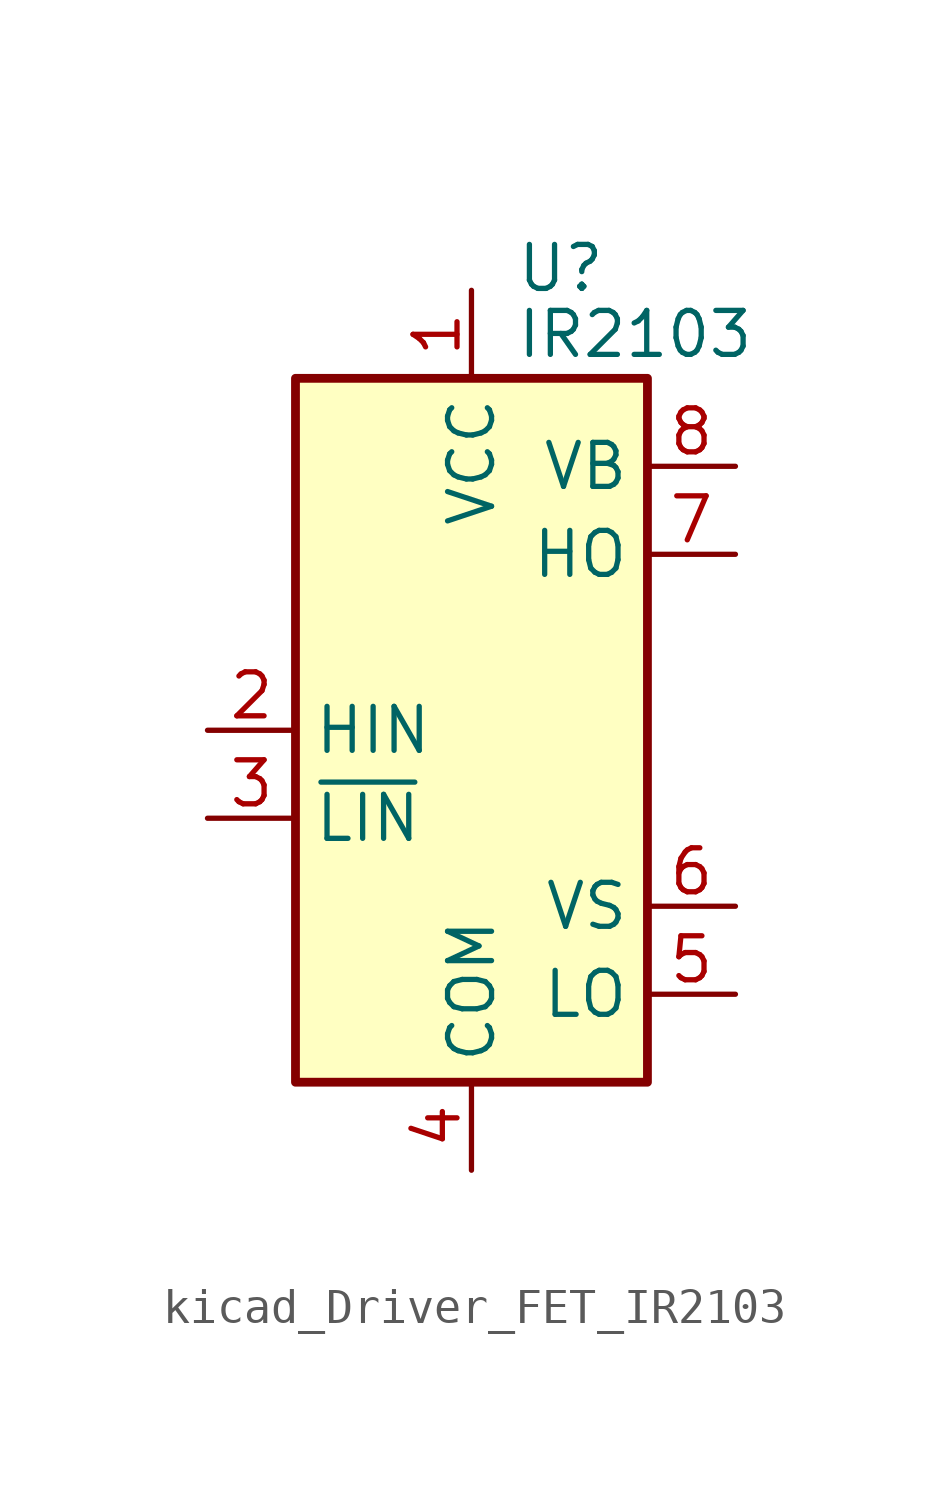
<source format=kicad_sym>
(kicad_symbol_lib
  (version 20220914)
  (generator kicad_symbol_editor)
  (symbol "kicad_Driver_FET_IR2103"
    (property "Reference" "U"
      (at 1.27 13.335 0)
      (effects (font (size 1.27 1.27)) (justify left)))
    (property "Value" "IR2103"
      (at 1.27 11.43 0)
      (effects (font (size 1.27 1.27)) (justify left)))
    (symbol "kicad_Driver_FET_IR2103_0_1"
      (rectangle (start -5.08 -10.16) (end 5.08 10.16) (stroke (width 0.254) (type default)) (fill (type background))))
    (symbol "kicad_Driver_FET_IR2103_1_1"
      (pin power_in line (at 0 12.7 270) (length 2.54) (name "VCC" (effects (font (size 1.27 1.27)))) (number "1" (effects (font (size 1.27 1.27)))))
      (pin input line (at -7.62 0 0) (length 2.54) (name "HIN" (effects (font (size 1.27 1.27)))) (number "2" (effects (font (size 1.27 1.27)))))
      (pin input line (at -7.62 -2.54 0) (length 2.54) (name "~{LIN}" (effects (font (size 1.27 1.27)))) (number "3" (effects (font (size 1.27 1.27)))))
      (pin power_in line (at 0 -12.7 90) (length 2.54) (name "COM" (effects (font (size 1.27 1.27)))) (number "4" (effects (font (size 1.27 1.27)))))
      (pin output line (at 7.62 -7.62 180) (length 2.54) (name "LO" (effects (font (size 1.27 1.27)))) (number "5" (effects (font (size 1.27 1.27)))))
      (pin passive line (at 7.62 -5.08 180) (length 2.54) (name "VS" (effects (font (size 1.27 1.27)))) (number "6" (effects (font (size 1.27 1.27)))))
      (pin output line (at 7.62 5.08 180) (length 2.54) (name "HO" (effects (font (size 1.27 1.27)))) (number "7" (effects (font (size 1.27 1.27)))))
      (pin passive line (at 7.62 7.62 180) (length 2.54) (name "VB" (effects (font (size 1.27 1.27)))) (number "8" (effects (font (size 1.27 1.27))))))))
</source>
